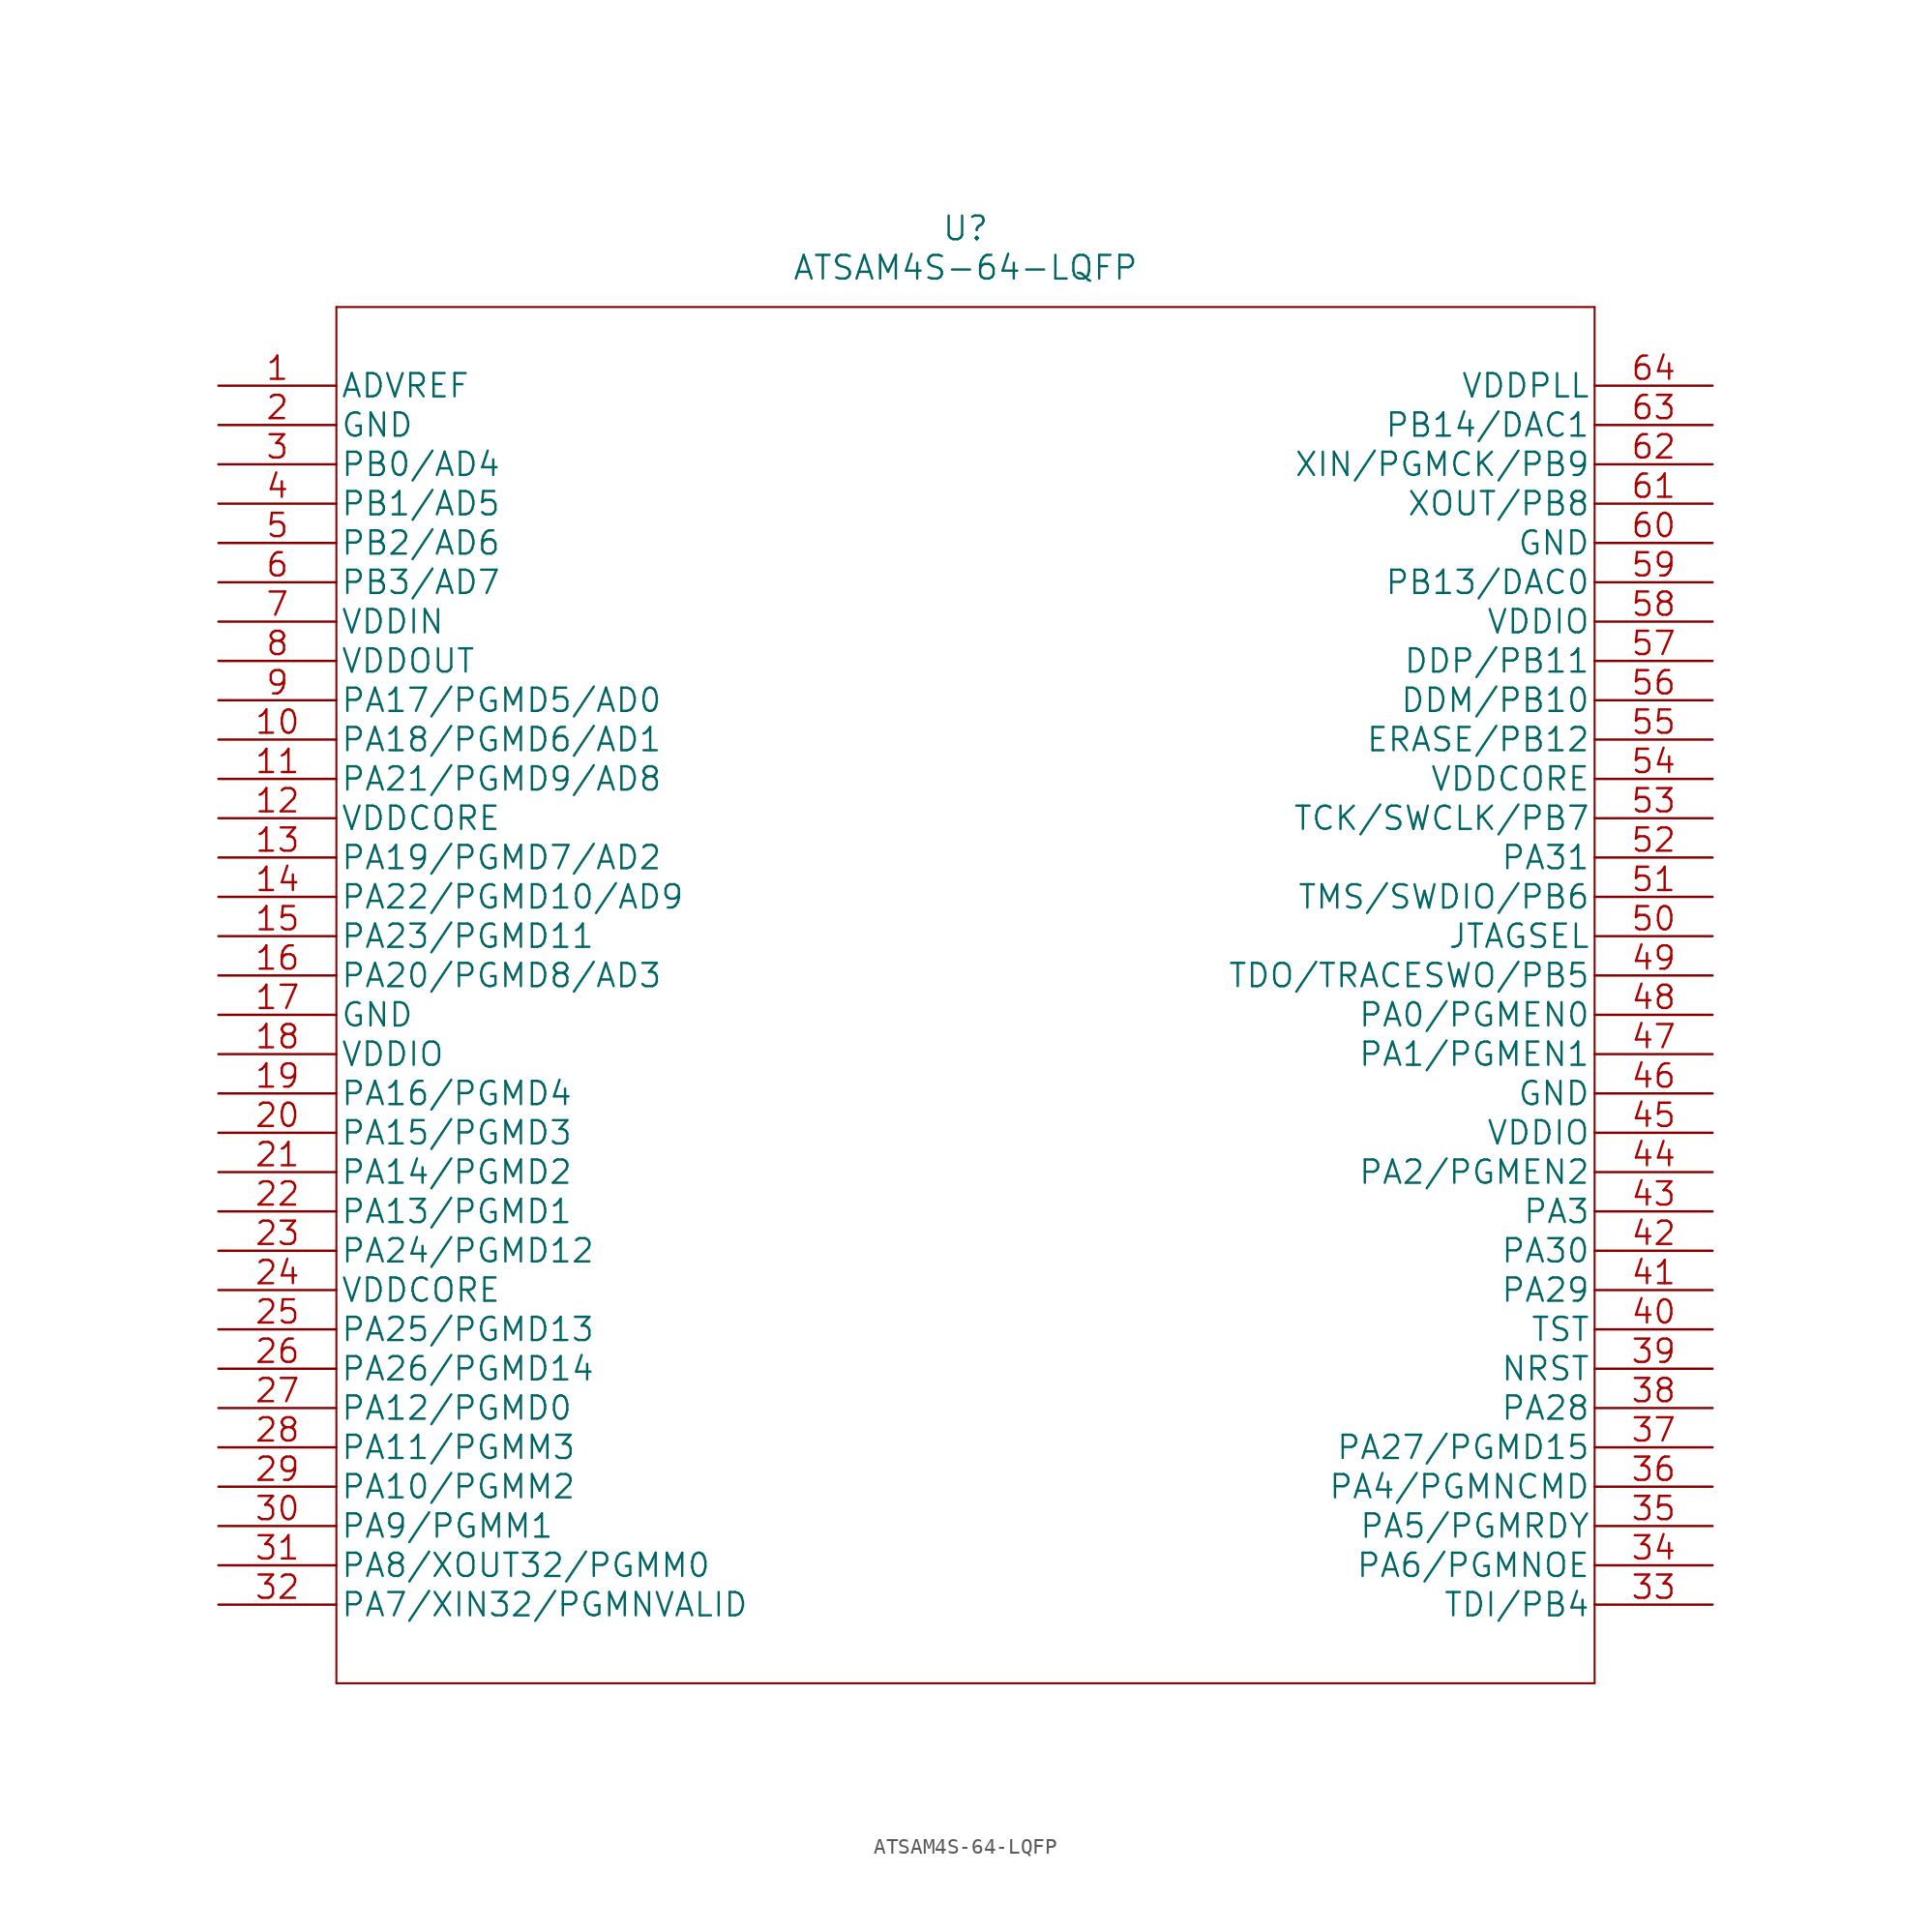
<source format=kicad_sym>
(kicad_symbol_lib
  (version 20211014)
  (generator kicad_symbol_editor)
  (symbol "ATSAM4S-64-LQFP"
    (pin_names
      (offset 0.254))
    (property "Reference" "U"
      (at 48.26 10.16 0)
      (effects (font (size 1.524 1.524))))
    (property "Value" "ATSAM4S-64-LQFP"
      (at 48.26 7.62 0)
      (effects (font (size 1.524 1.524))))
    (property "Datasheet" ""
      (at 0 0 0)
      (effects (font (size 1.524 1.524))))
    (property "ki_locked" ""
      (at 0 0 0)
      (effects (font (size 1.27 1.27))))
    (symbol "ATSAM4S-64-LQFP_1_1"
      (polyline (pts (xy 7.62 -83.82) (xy 88.9 -83.82)) (stroke (width 0.127) (type default) (color 0 0 0 0)) (fill (type none)))
      (polyline (pts (xy 7.62 5.08) (xy 7.62 -83.82)) (stroke (width 0.127) (type default) (color 0 0 0 0)) (fill (type none)))
      (polyline (pts (xy 88.9 -83.82) (xy 88.9 5.08)) (stroke (width 0.127) (type default) (color 0 0 0 0)) (fill (type none)))
      (polyline (pts (xy 88.9 5.08) (xy 7.62 5.08)) (stroke (width 0.127) (type default) (color 0 0 0 0)) (fill (type none)))
      (pin power_in line (at 0 0 0) (length 7.62) (name "ADVREF" (effects (font (size 1.499 1.499)))) (number "1" (effects (font (size 1.499 1.499)))))
      (pin bidirectional line (at 0 -22.86 0) (length 7.62) (name "PA18/PGMD6/AD1" (effects (font (size 1.499 1.499)))) (number "10" (effects (font (size 1.499 1.499)))))
      (pin bidirectional line (at 0 -25.4 0) (length 7.62) (name "PA21/PGMD9/AD8" (effects (font (size 1.499 1.499)))) (number "11" (effects (font (size 1.499 1.499)))))
      (pin power_in line (at 0 -27.94 0) (length 7.62) (name "VDDCORE" (effects (font (size 1.499 1.499)))) (number "12" (effects (font (size 1.499 1.499)))))
      (pin bidirectional line (at 0 -30.48 0) (length 7.62) (name "PA19/PGMD7/AD2" (effects (font (size 1.499 1.499)))) (number "13" (effects (font (size 1.499 1.499)))))
      (pin bidirectional line (at 0 -33.02 0) (length 7.62) (name "PA22/PGMD10/AD9" (effects (font (size 1.499 1.499)))) (number "14" (effects (font (size 1.499 1.499)))))
      (pin bidirectional line (at 0 -35.56 0) (length 7.62) (name "PA23/PGMD11" (effects (font (size 1.499 1.499)))) (number "15" (effects (font (size 1.499 1.499)))))
      (pin bidirectional line (at 0 -38.1 0) (length 7.62) (name "PA20/PGMD8/AD3" (effects (font (size 1.499 1.499)))) (number "16" (effects (font (size 1.499 1.499)))))
      (pin power_in line (at 0 -40.64 0) (length 7.62) (name "GND" (effects (font (size 1.499 1.499)))) (number "17" (effects (font (size 1.499 1.499)))))
      (pin power_in line (at 0 -43.18 0) (length 7.62) (name "VDDIO" (effects (font (size 1.499 1.499)))) (number "18" (effects (font (size 1.499 1.499)))))
      (pin bidirectional line (at 0 -45.72 0) (length 7.62) (name "PA16/PGMD4" (effects (font (size 1.499 1.499)))) (number "19" (effects (font (size 1.499 1.499)))))
      (pin power_in line (at 0 -2.54 0) (length 7.62) (name "GND" (effects (font (size 1.499 1.499)))) (number "2" (effects (font (size 1.499 1.499)))))
      (pin bidirectional line (at 0 -48.26 0) (length 7.62) (name "PA15/PGMD3" (effects (font (size 1.499 1.499)))) (number "20" (effects (font (size 1.499 1.499)))))
      (pin bidirectional line (at 0 -50.8 0) (length 7.62) (name "PA14/PGMD2" (effects (font (size 1.499 1.499)))) (number "21" (effects (font (size 1.499 1.499)))))
      (pin bidirectional line (at 0 -53.34 0) (length 7.62) (name "PA13/PGMD1" (effects (font (size 1.499 1.499)))) (number "22" (effects (font (size 1.499 1.499)))))
      (pin bidirectional line (at 0 -55.88 0) (length 7.62) (name "PA24/PGMD12" (effects (font (size 1.499 1.499)))) (number "23" (effects (font (size 1.499 1.499)))))
      (pin power_in line (at 0 -58.42 0) (length 7.62) (name "VDDCORE" (effects (font (size 1.499 1.499)))) (number "24" (effects (font (size 1.499 1.499)))))
      (pin bidirectional line (at 0 -60.96 0) (length 7.62) (name "PA25/PGMD13" (effects (font (size 1.499 1.499)))) (number "25" (effects (font (size 1.499 1.499)))))
      (pin bidirectional line (at 0 -63.5 0) (length 7.62) (name "PA26/PGMD14" (effects (font (size 1.499 1.499)))) (number "26" (effects (font (size 1.499 1.499)))))
      (pin bidirectional line (at 0 -66.04 0) (length 7.62) (name "PA12/PGMD0" (effects (font (size 1.499 1.499)))) (number "27" (effects (font (size 1.499 1.499)))))
      (pin bidirectional line (at 0 -68.58 0) (length 7.62) (name "PA11/PGMM3" (effects (font (size 1.499 1.499)))) (number "28" (effects (font (size 1.499 1.499)))))
      (pin bidirectional line (at 0 -71.12 0) (length 7.62) (name "PA10/PGMM2" (effects (font (size 1.499 1.499)))) (number "29" (effects (font (size 1.499 1.499)))))
      (pin bidirectional line (at 0 -5.08 0) (length 7.62) (name "PB0/AD4" (effects (font (size 1.499 1.499)))) (number "3" (effects (font (size 1.499 1.499)))))
      (pin bidirectional line (at 0 -73.66 0) (length 7.62) (name "PA9/PGMM1" (effects (font (size 1.499 1.499)))) (number "30" (effects (font (size 1.499 1.499)))))
      (pin output line (at 0 -76.2 0) (length 7.62) (name "PA8/XOUT32/PGMM0" (effects (font (size 1.499 1.499)))) (number "31" (effects (font (size 1.499 1.499)))))
      (pin input line (at 0 -78.74 0) (length 7.62) (name "PA7/XIN32/PGMNVALID" (effects (font (size 1.499 1.499)))) (number "32" (effects (font (size 1.499 1.499)))))
      (pin bidirectional line (at 96.52 -78.74 180) (length 7.62) (name "TDI/PB4" (effects (font (size 1.499 1.499)))) (number "33" (effects (font (size 1.499 1.499)))))
      (pin bidirectional line (at 96.52 -76.2 180) (length 7.62) (name "PA6/PGMNOE" (effects (font (size 1.499 1.499)))) (number "34" (effects (font (size 1.499 1.499)))))
      (pin bidirectional line (at 96.52 -73.66 180) (length 7.62) (name "PA5/PGMRDY" (effects (font (size 1.499 1.499)))) (number "35" (effects (font (size 1.499 1.499)))))
      (pin bidirectional line (at 96.52 -71.12 180) (length 7.62) (name "PA4/PGMNCMD" (effects (font (size 1.499 1.499)))) (number "36" (effects (font (size 1.499 1.499)))))
      (pin bidirectional line (at 96.52 -68.58 180) (length 7.62) (name "PA27/PGMD15" (effects (font (size 1.499 1.499)))) (number "37" (effects (font (size 1.499 1.499)))))
      (pin bidirectional line (at 96.52 -66.04 180) (length 7.62) (name "PA28" (effects (font (size 1.499 1.499)))) (number "38" (effects (font (size 1.499 1.499)))))
      (pin unspecified line (at 96.52 -63.5 180) (length 7.62) (name "NRST" (effects (font (size 1.499 1.499)))) (number "39" (effects (font (size 1.499 1.499)))))
      (pin bidirectional line (at 0 -7.62 0) (length 7.62) (name "PB1/AD5" (effects (font (size 1.499 1.499)))) (number "4" (effects (font (size 1.499 1.499)))))
      (pin unspecified line (at 96.52 -60.96 180) (length 7.62) (name "TST" (effects (font (size 1.499 1.499)))) (number "40" (effects (font (size 1.499 1.499)))))
      (pin bidirectional line (at 96.52 -58.42 180) (length 7.62) (name "PA29" (effects (font (size 1.499 1.499)))) (number "41" (effects (font (size 1.499 1.499)))))
      (pin bidirectional line (at 96.52 -55.88 180) (length 7.62) (name "PA30" (effects (font (size 1.499 1.499)))) (number "42" (effects (font (size 1.499 1.499)))))
      (pin bidirectional line (at 96.52 -53.34 180) (length 7.62) (name "PA3" (effects (font (size 1.499 1.499)))) (number "43" (effects (font (size 1.499 1.499)))))
      (pin bidirectional line (at 96.52 -50.8 180) (length 7.62) (name "PA2/PGMEN2" (effects (font (size 1.499 1.499)))) (number "44" (effects (font (size 1.499 1.499)))))
      (pin power_in line (at 96.52 -48.26 180) (length 7.62) (name "VDDIO" (effects (font (size 1.499 1.499)))) (number "45" (effects (font (size 1.499 1.499)))))
      (pin power_in line (at 96.52 -45.72 180) (length 7.62) (name "GND" (effects (font (size 1.499 1.499)))) (number "46" (effects (font (size 1.499 1.499)))))
      (pin bidirectional line (at 96.52 -43.18 180) (length 7.62) (name "PA1/PGMEN1" (effects (font (size 1.499 1.499)))) (number "47" (effects (font (size 1.499 1.499)))))
      (pin bidirectional line (at 96.52 -40.64 180) (length 7.62) (name "PA0/PGMEN0" (effects (font (size 1.499 1.499)))) (number "48" (effects (font (size 1.499 1.499)))))
      (pin bidirectional line (at 96.52 -38.1 180) (length 7.62) (name "TDO/TRACESWO/PB5" (effects (font (size 1.499 1.499)))) (number "49" (effects (font (size 1.499 1.499)))))
      (pin bidirectional line (at 0 -10.16 0) (length 7.62) (name "PB2/AD6" (effects (font (size 1.499 1.499)))) (number "5" (effects (font (size 1.499 1.499)))))
      (pin input line (at 96.52 -35.56 180) (length 7.62) (name "JTAGSEL" (effects (font (size 1.499 1.499)))) (number "50" (effects (font (size 1.499 1.499)))))
      (pin bidirectional line (at 96.52 -33.02 180) (length 7.62) (name "TMS/SWDIO/PB6" (effects (font (size 1.499 1.499)))) (number "51" (effects (font (size 1.499 1.499)))))
      (pin bidirectional line (at 96.52 -30.48 180) (length 7.62) (name "PA31" (effects (font (size 1.499 1.499)))) (number "52" (effects (font (size 1.499 1.499)))))
      (pin bidirectional line (at 96.52 -27.94 180) (length 7.62) (name "TCK/SWCLK/PB7" (effects (font (size 1.499 1.499)))) (number "53" (effects (font (size 1.499 1.499)))))
      (pin power_in line (at 96.52 -25.4 180) (length 7.62) (name "VDDCORE" (effects (font (size 1.499 1.499)))) (number "54" (effects (font (size 1.499 1.499)))))
      (pin unspecified line (at 96.52 -22.86 180) (length 7.62) (name "ERASE/PB12" (effects (font (size 1.499 1.499)))) (number "55" (effects (font (size 1.499 1.499)))))
      (pin unspecified line (at 96.52 -20.32 180) (length 7.62) (name "DDM/PB10" (effects (font (size 1.499 1.499)))) (number "56" (effects (font (size 1.499 1.499)))))
      (pin unspecified line (at 96.52 -17.78 180) (length 7.62) (name "DDP/PB11" (effects (font (size 1.499 1.499)))) (number "57" (effects (font (size 1.499 1.499)))))
      (pin power_in line (at 96.52 -15.24 180) (length 7.62) (name "VDDIO" (effects (font (size 1.499 1.499)))) (number "58" (effects (font (size 1.499 1.499)))))
      (pin bidirectional line (at 96.52 -12.7 180) (length 7.62) (name "PB13/DAC0" (effects (font (size 1.499 1.499)))) (number "59" (effects (font (size 1.499 1.499)))))
      (pin bidirectional line (at 0 -12.7 0) (length 7.62) (name "PB3/AD7" (effects (font (size 1.499 1.499)))) (number "6" (effects (font (size 1.499 1.499)))))
      (pin power_in line (at 96.52 -10.16 180) (length 7.62) (name "GND" (effects (font (size 1.499 1.499)))) (number "60" (effects (font (size 1.499 1.499)))))
      (pin bidirectional line (at 96.52 -7.62 180) (length 7.62) (name "XOUT/PB8" (effects (font (size 1.499 1.499)))) (number "61" (effects (font (size 1.499 1.499)))))
      (pin bidirectional line (at 96.52 -5.08 180) (length 7.62) (name "XIN/PGMCK/PB9" (effects (font (size 1.499 1.499)))) (number "62" (effects (font (size 1.499 1.499)))))
      (pin bidirectional line (at 96.52 -2.54 180) (length 7.62) (name "PB14/DAC1" (effects (font (size 1.499 1.499)))) (number "63" (effects (font (size 1.499 1.499)))))
      (pin power_in line (at 96.52 0 180) (length 7.62) (name "VDDPLL" (effects (font (size 1.499 1.499)))) (number "64" (effects (font (size 1.499 1.499)))))
      (pin power_in line (at 0 -15.24 0) (length 7.62) (name "VDDIN" (effects (font (size 1.499 1.499)))) (number "7" (effects (font (size 1.499 1.499)))))
      (pin power_out line (at 0 -17.78 0) (length 7.62) (name "VDDOUT" (effects (font (size 1.499 1.499)))) (number "8" (effects (font (size 1.499 1.499)))))
      (pin bidirectional line (at 0 -20.32 0) (length 7.62) (name "PA17/PGMD5/AD0" (effects (font (size 1.499 1.499)))) (number "9" (effects (font (size 1.499 1.499))))))))
</source>
